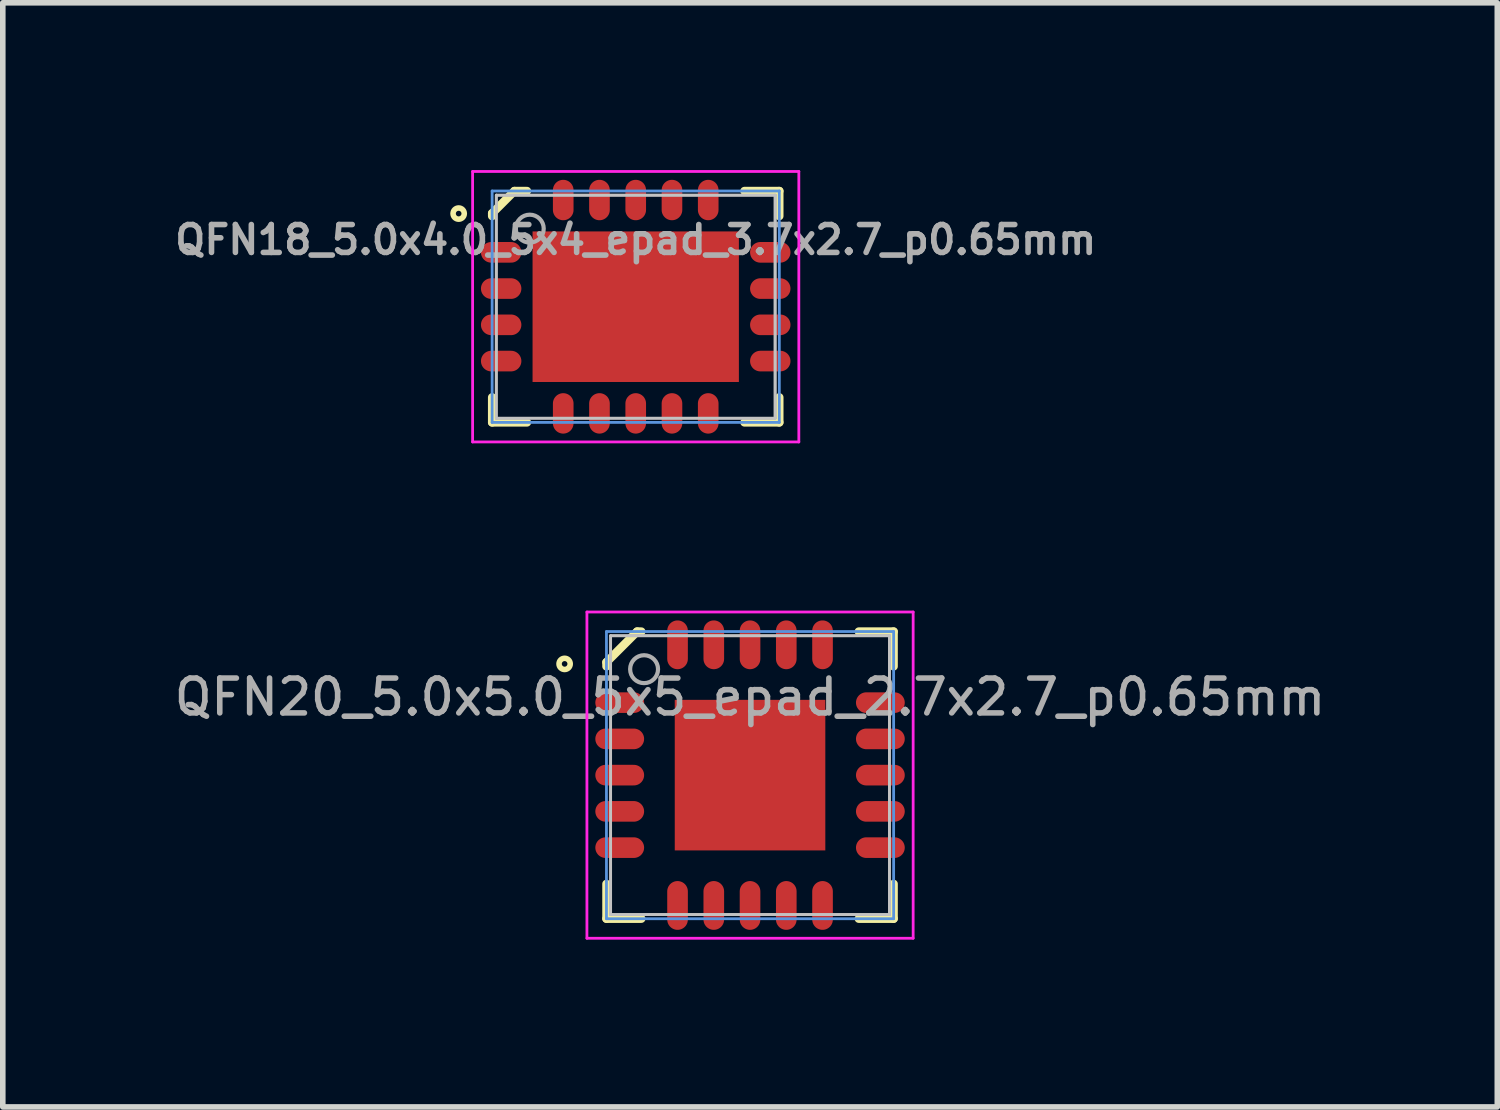
<source format=kicad_pcb>
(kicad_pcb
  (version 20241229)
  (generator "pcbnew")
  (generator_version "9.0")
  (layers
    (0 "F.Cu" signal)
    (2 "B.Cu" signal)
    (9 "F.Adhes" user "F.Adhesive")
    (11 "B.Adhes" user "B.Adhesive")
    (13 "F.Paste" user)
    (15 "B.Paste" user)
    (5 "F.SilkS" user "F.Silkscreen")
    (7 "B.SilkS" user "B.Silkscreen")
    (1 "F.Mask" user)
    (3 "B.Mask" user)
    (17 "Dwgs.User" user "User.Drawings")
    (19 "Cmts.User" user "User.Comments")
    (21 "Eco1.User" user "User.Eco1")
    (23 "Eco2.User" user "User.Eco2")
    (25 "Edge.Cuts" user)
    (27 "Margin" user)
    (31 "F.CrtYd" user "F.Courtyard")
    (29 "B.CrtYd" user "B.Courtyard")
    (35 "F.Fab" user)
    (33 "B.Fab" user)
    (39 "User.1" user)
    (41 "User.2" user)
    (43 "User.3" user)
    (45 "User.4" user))
  (footprint "QFN18_5.0x4.0_5x4_epad_3.7x2.7_p0.65mm"
    (layer "F.Cu")
    (at 8.35 2.45)
    (property "Reference" "QFN18_5.0x4.0_5x4_epad_3.7x2.7_p0.65mm" (at 0 -1.2 0) (layer "F.Fab") (effects (font (size 0.5 0.5) (thickness 0.1))))
    (attr through_hole)
    (fp_line (start -2.575 -1.675) (end -2.575 -1.625) (stroke (width 0.15) (type solid)) (layer "F.SilkS"))
    (fp_line (start -2.575 -1.675) (end -2.175 -2.075) (stroke (width 0.15) (type solid)) (layer "F.SilkS"))
    (fp_line (start -2.575 2.075) (end -2.575 1.625) (stroke (width 0.15) (type solid)) (layer "F.SilkS"))
    (fp_line (start -2.575 2.075) (end -1.95 2.075) (stroke (width 0.15) (type solid)) (layer "F.SilkS"))
    (fp_line (start -1.95 -2.075) (end -2.175 -2.075) (stroke (width 0.15) (type solid)) (layer "F.SilkS"))
    (fp_line (start 2.575 -2.075) (end 1.95 -2.075) (stroke (width 0.15) (type solid)) (layer "F.SilkS"))
    (fp_line (start 2.575 -2.075) (end 2.575 -1.625) (stroke (width 0.15) (type solid)) (layer "F.SilkS"))
    (fp_line (start 2.575 2.075) (end 1.95 2.075) (stroke (width 0.15) (type solid)) (layer "F.SilkS"))
    (fp_line (start 2.575 2.075) (end 2.575 1.625) (stroke (width 0.15) (type solid)) (layer "F.SilkS"))
    (fp_circle (center -3.175 -1.67) (end -3.104 -1.599) (stroke (width 0.1) (type solid)) (fill no) (layer "F.SilkS"))
    (fp_line (start -2.5 -2) (end -2.5 2) (stroke (width 0.05) (type solid)) (layer "Dwgs.User"))
    (fp_line (start -2.5 -2) (end 2.5 -2) (stroke (width 0.05) (type solid)) (layer "Dwgs.User"))
    (fp_line (start -2.5 2) (end 2.5 2) (stroke (width 0.05) (type solid)) (layer "Dwgs.User"))
    (fp_line (start 2.5 -2) (end 2.5 2) (stroke (width 0.05) (type solid)) (layer "Dwgs.User"))
    (fp_line (start -2.575 -2.075) (end -2.575 2.075) (stroke (width 0.05) (type solid)) (layer "Cmts.User"))
    (fp_line (start -2.575 -2.075) (end 2.575 -2.075) (stroke (width 0.05) (type solid)) (layer "Cmts.User"))
    (fp_line (start -2.575 2.075) (end 2.575 2.075) (stroke (width 0.05) (type solid)) (layer "Cmts.User"))
    (fp_line (start 2.575 -2.075) (end 2.575 2.075) (stroke (width 0.05) (type solid)) (layer "Cmts.User"))
    (fp_line (start -2.425 -1.925) (end -2.425 1.925) (stroke (width 0.05) (type solid)) (layer "Eco1.User"))
    (fp_line (start -2.425 -1.925) (end 2.425 -1.925) (stroke (width 0.05) (type solid)) (layer "Eco1.User"))
    (fp_line (start -2.425 1.925) (end 2.425 1.925) (stroke (width 0.05) (type solid)) (layer "Eco1.User"))
    (fp_line (start 2.425 -1.925) (end 2.425 1.925) (stroke (width 0.05) (type solid)) (layer "Eco1.User"))
    (fp_line (start -2.925 -2.425) (end -2.925 2.425) (stroke (width 0.05) (type solid)) (layer "F.CrtYd"))
    (fp_line (start -2.925 -2.425) (end 2.925 -2.425) (stroke (width 0.05) (type solid)) (layer "F.CrtYd"))
    (fp_line (start -2.925 2.425) (end 2.925 2.425) (stroke (width 0.05) (type solid)) (layer "F.CrtYd"))
    (fp_line (start 2.925 -2.425) (end 2.925 2.425) (stroke (width 0.05) (type solid)) (layer "F.CrtYd"))
    (fp_line (start -2.5 -2) (end -2.5 2) (stroke (width 0.05) (type solid)) (layer "F.Fab"))
    (fp_line (start -2.5 -2) (end 2.5 -2) (stroke (width 0.05) (type solid)) (layer "F.Fab"))
    (fp_line (start -2.5 2) (end 2.5 2) (stroke (width 0.05) (type solid)) (layer "F.Fab"))
    (fp_line (start 2.5 -2) (end 2.5 2) (stroke (width 0.05) (type solid)) (layer "F.Fab"))
    (fp_circle (center -1.9 -1.4) (end -1.723 -1.223) (stroke (width 0.075) (type solid)) (fill no) (layer "F.Fab"))
    (pad "1" smd oval (at -2.413 -0.975 180) (size 0.725 0.37) (layers "F.Cu" "F.Mask" "F.Paste"))
    (pad "2" smd oval (at -2.413 -0.325 180) (size 0.725 0.37) (layers "F.Cu" "F.Mask" "F.Paste"))
    (pad "3" smd oval (at -2.413 0.325 180) (size 0.725 0.37) (layers "F.Cu" "F.Mask" "F.Paste"))
    (pad "4" smd oval (at -2.413 0.975 180) (size 0.725 0.37) (layers "F.Cu" "F.Mask" "F.Paste"))
    (pad "5" smd oval (at -1.3 1.913 270) (size 0.725 0.37) (layers "F.Cu" "F.Mask" "F.Paste"))
    (pad "6" smd oval (at -0.65 1.913 270) (size 0.725 0.37) (layers "F.Cu" "F.Mask" "F.Paste"))
    (pad "7" smd oval (at 0 1.913 270) (size 0.725 0.37) (layers "F.Cu" "F.Mask" "F.Paste"))
    (pad "8" smd oval (at 0.65 1.913 270) (size 0.725 0.37) (layers "F.Cu" "F.Mask" "F.Paste"))
    (pad "9" smd oval (at 1.3 1.913 270) (size 0.725 0.37) (layers "F.Cu" "F.Mask" "F.Paste"))
    (pad "10" smd oval (at 2.413 0.975) (size 0.725 0.37) (layers "F.Cu" "F.Mask" "F.Paste"))
    (pad "11" smd oval (at 2.413 0.325) (size 0.725 0.37) (layers "F.Cu" "F.Mask" "F.Paste"))
    (pad "12" smd oval (at 2.413 -0.325) (size 0.725 0.37) (layers "F.Cu" "F.Mask" "F.Paste"))
    (pad "13" smd oval (at 2.413 -0.975) (size 0.725 0.37) (layers "F.Cu" "F.Mask" "F.Paste"))
    (pad "14" smd oval (at 1.3 -1.913 90) (size 0.725 0.37) (layers "F.Cu" "F.Mask" "F.Paste"))
    (pad "15" smd oval (at 0.65 -1.913 90) (size 0.725 0.37) (layers "F.Cu" "F.Mask" "F.Paste"))
    (pad "16" smd oval (at 0 -1.913 90) (size 0.725 0.37) (layers "F.Cu" "F.Mask" "F.Paste"))
    (pad "17" smd oval (at -0.65 -1.913 90) (size 0.725 0.37) (layers "F.Cu" "F.Mask" "F.Paste"))
    (pad "18" smd oval (at -1.3 -1.913 90) (size 0.725 0.37) (layers "F.Cu" "F.Mask" "F.Paste"))
    (pad "19" smd rect (at 0 0) (size 3.7 2.7) (layers "F.Cu" "F.Mask" "F.Paste")))
  (footprint "QFN20_5.0x5.0_5x5_epad_2.7x2.7_p0.65mm"
    (layer "F.Cu")
    (at 10.4 10.85)
    (property "Reference" "QFN20_5.0x5.0_5x5_epad_2.7x2.7_p0.65mm" (at 0 -1.4 0) (layer "F.Fab") (effects (font (size 0.625 0.625) (thickness 0.1))))
    (attr through_hole)
    (fp_line (start -2.575 -2.025) (end -2.575 -1.95) (stroke (width 0.15) (type solid)) (layer "F.SilkS"))
    (fp_line (start -2.575 -2.025) (end -2.025 -2.575) (stroke (width 0.15) (type solid)) (layer "F.SilkS"))
    (fp_line (start -2.575 2.575) (end -2.575 1.95) (stroke (width 0.15) (type solid)) (layer "F.SilkS"))
    (fp_line (start -2.575 2.575) (end -1.95 2.575) (stroke (width 0.15) (type solid)) (layer "F.SilkS"))
    (fp_line (start -1.95 -2.575) (end -2.025 -2.575) (stroke (width 0.15) (type solid)) (layer "F.SilkS"))
    (fp_line (start 2.575 -2.575) (end 1.95 -2.575) (stroke (width 0.15) (type solid)) (layer "F.SilkS"))
    (fp_line (start 2.575 -2.575) (end 2.575 -1.95) (stroke (width 0.15) (type solid)) (layer "F.SilkS"))
    (fp_line (start 2.575 2.575) (end 1.95 2.575) (stroke (width 0.15) (type solid)) (layer "F.SilkS"))
    (fp_line (start 2.575 2.575) (end 2.575 1.95) (stroke (width 0.15) (type solid)) (layer "F.SilkS"))
    (fp_circle (center -3.325 -1.995) (end -3.254 -1.924) (stroke (width 0.1) (type solid)) (fill no) (layer "F.SilkS"))
    (fp_line (start -2.5 -2.5) (end -2.5 2.5) (stroke (width 0.05) (type solid)) (layer "Dwgs.User"))
    (fp_line (start -2.5 -2.5) (end 2.5 -2.5) (stroke (width 0.05) (type solid)) (layer "Dwgs.User"))
    (fp_line (start -2.5 2.5) (end 2.5 2.5) (stroke (width 0.05) (type solid)) (layer "Dwgs.User"))
    (fp_line (start 2.5 -2.5) (end 2.5 2.5) (stroke (width 0.05) (type solid)) (layer "Dwgs.User"))
    (fp_line (start -2.575 -2.575) (end -2.575 2.575) (stroke (width 0.05) (type solid)) (layer "Cmts.User"))
    (fp_line (start -2.575 -2.575) (end 2.575 -2.575) (stroke (width 0.05) (type solid)) (layer "Cmts.User"))
    (fp_line (start -2.575 2.575) (end 2.575 2.575) (stroke (width 0.05) (type solid)) (layer "Cmts.User"))
    (fp_line (start 2.575 -2.575) (end 2.575 2.575) (stroke (width 0.05) (type solid)) (layer "Cmts.User"))
    (fp_line (start -2.425 -2.425) (end -2.425 2.425) (stroke (width 0.05) (type solid)) (layer "Eco1.User"))
    (fp_line (start -2.425 -2.425) (end 2.425 -2.425) (stroke (width 0.05) (type solid)) (layer "Eco1.User"))
    (fp_line (start -2.425 2.425) (end 2.425 2.425) (stroke (width 0.05) (type solid)) (layer "Eco1.User"))
    (fp_line (start 2.425 -2.425) (end 2.425 2.425) (stroke (width 0.05) (type solid)) (layer "Eco1.User"))
    (fp_line (start -2.925 -2.925) (end -2.925 2.925) (stroke (width 0.05) (type solid)) (layer "F.CrtYd"))
    (fp_line (start -2.925 -2.925) (end 2.925 -2.925) (stroke (width 0.05) (type solid)) (layer "F.CrtYd"))
    (fp_line (start -2.925 2.925) (end 2.925 2.925) (stroke (width 0.05) (type solid)) (layer "F.CrtYd"))
    (fp_line (start 2.925 -2.925) (end 2.925 2.925) (stroke (width 0.05) (type solid)) (layer "F.CrtYd"))
    (fp_line (start -2.5 -2.5) (end -2.5 2.5) (stroke (width 0.05) (type solid)) (layer "F.Fab"))
    (fp_line (start -2.5 -2.5) (end 2.5 -2.5) (stroke (width 0.05) (type solid)) (layer "F.Fab"))
    (fp_line (start -2.5 2.5) (end 2.5 2.5) (stroke (width 0.05) (type solid)) (layer "F.Fab"))
    (fp_line (start 2.5 -2.5) (end 2.5 2.5) (stroke (width 0.05) (type solid)) (layer "F.Fab"))
    (fp_circle (center -1.9 -1.9) (end -1.723 -1.723) (stroke (width 0.075) (type solid)) (fill no) (layer "F.Fab"))
    (pad "1" smd oval (at -2.337 -1.3 180) (size 0.875 0.37) (layers "F.Cu" "F.Mask" "F.Paste"))
    (pad "2" smd oval (at -2.337 -0.65 180) (size 0.875 0.37) (layers "F.Cu" "F.Mask" "F.Paste"))
    (pad "3" smd oval (at -2.337 0 180) (size 0.875 0.37) (layers "F.Cu" "F.Mask" "F.Paste"))
    (pad "4" smd oval (at -2.337 0.65 180) (size 0.875 0.37) (layers "F.Cu" "F.Mask" "F.Paste"))
    (pad "5" smd oval (at -2.337 1.3 180) (size 0.875 0.37) (layers "F.Cu" "F.Mask" "F.Paste"))
    (pad "6" smd oval (at -1.3 2.337 270) (size 0.875 0.37) (layers "F.Cu" "F.Mask" "F.Paste"))
    (pad "7" smd oval (at -0.65 2.337 270) (size 0.875 0.37) (layers "F.Cu" "F.Mask" "F.Paste"))
    (pad "8" smd oval (at 0 2.337 270) (size 0.875 0.37) (layers "F.Cu" "F.Mask" "F.Paste"))
    (pad "9" smd oval (at 0.65 2.337 270) (size 0.875 0.37) (layers "F.Cu" "F.Mask" "F.Paste"))
    (pad "10" smd oval (at 1.3 2.337 270) (size 0.875 0.37) (layers "F.Cu" "F.Mask" "F.Paste"))
    (pad "11" smd oval (at 2.337 1.3) (size 0.875 0.37) (layers "F.Cu" "F.Mask" "F.Paste"))
    (pad "12" smd oval (at 2.337 0.65) (size 0.875 0.37) (layers "F.Cu" "F.Mask" "F.Paste"))
    (pad "13" smd oval (at 2.337 0) (size 0.875 0.37) (layers "F.Cu" "F.Mask" "F.Paste"))
    (pad "14" smd oval (at 2.337 -0.65) (size 0.875 0.37) (layers "F.Cu" "F.Mask" "F.Paste"))
    (pad "15" smd oval (at 2.337 -1.3) (size 0.875 0.37) (layers "F.Cu" "F.Mask" "F.Paste"))
    (pad "16" smd oval (at 1.3 -2.337 90) (size 0.875 0.37) (layers "F.Cu" "F.Mask" "F.Paste"))
    (pad "17" smd oval (at 0.65 -2.337 90) (size 0.875 0.37) (layers "F.Cu" "F.Mask" "F.Paste"))
    (pad "18" smd oval (at 0 -2.337 90) (size 0.875 0.37) (layers "F.Cu" "F.Mask" "F.Paste"))
    (pad "19" smd oval (at -0.65 -2.337 90) (size 0.875 0.37) (layers "F.Cu" "F.Mask" "F.Paste"))
    (pad "20" smd oval (at -1.3 -2.337 90) (size 0.875 0.37) (layers "F.Cu" "F.Mask" "F.Paste"))
    (pad "21" smd rect (at 0 0) (size 2.7 2.7) (layers "F.Cu" "F.Mask" "F.Paste")))
  (gr_rect
    (start -3 -3)
    (end 23.8 16.8)
    (stroke (width 0.1) (type default))
    (fill no)
    (layer "Edge.Cuts")))
</source>
